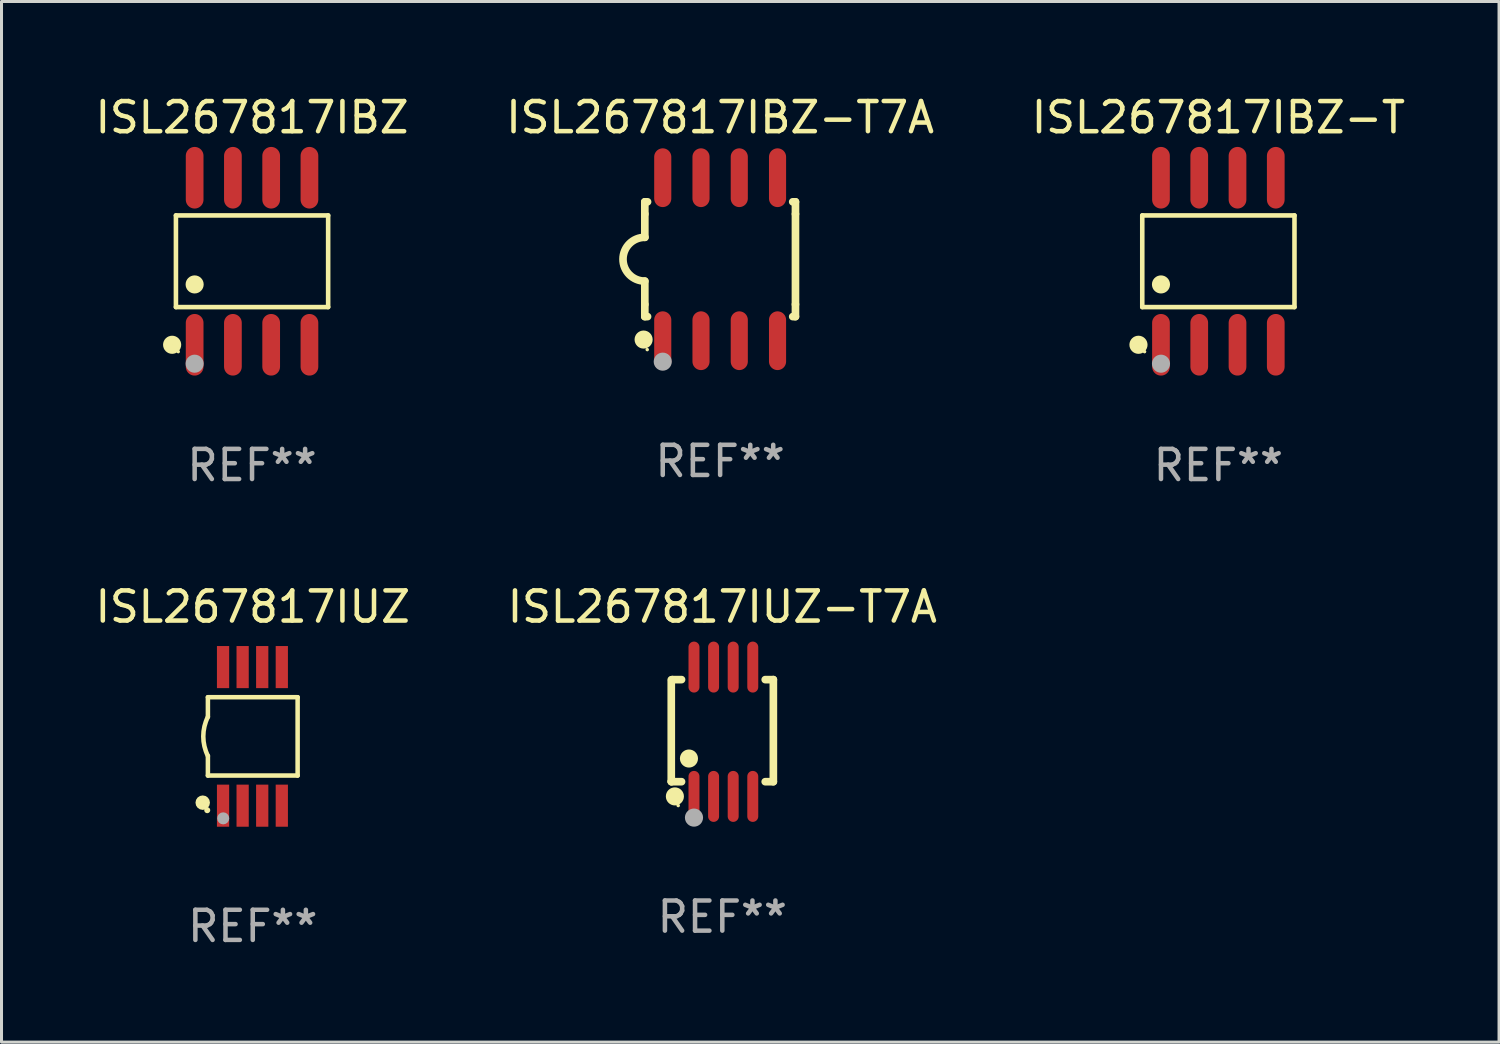
<source format=kicad_pcb>
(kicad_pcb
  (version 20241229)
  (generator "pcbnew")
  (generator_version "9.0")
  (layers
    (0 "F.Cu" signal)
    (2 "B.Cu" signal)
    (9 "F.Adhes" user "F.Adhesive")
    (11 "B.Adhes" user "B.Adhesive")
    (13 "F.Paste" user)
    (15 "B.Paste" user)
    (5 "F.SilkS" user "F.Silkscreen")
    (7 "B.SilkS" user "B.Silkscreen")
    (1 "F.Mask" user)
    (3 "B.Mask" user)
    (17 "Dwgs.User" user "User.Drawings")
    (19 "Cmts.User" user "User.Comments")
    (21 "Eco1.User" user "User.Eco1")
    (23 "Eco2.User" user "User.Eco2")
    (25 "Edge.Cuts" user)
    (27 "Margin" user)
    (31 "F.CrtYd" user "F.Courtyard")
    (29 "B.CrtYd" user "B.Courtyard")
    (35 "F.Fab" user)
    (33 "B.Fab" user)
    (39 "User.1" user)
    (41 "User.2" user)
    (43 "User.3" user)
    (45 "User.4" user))
  (footprint "ISL267817IBZ"
    (layer "F.Cu")
    (at 5.315 5.621)
    (property "Reference" "ISL267817IBZ" (at 0 -4.772 0) (layer "F.SilkS") (effects (font (size 1 1) (thickness 0.15))))
    (attr through_hole)
    (fp_line (start -2.526 -1.521) (end 2.526 -1.521) (stroke (width 0.152) (type solid)) (layer "F.SilkS"))
    (fp_line (start -2.526 1.521) (end -2.526 -1.521) (stroke (width 0.152) (type solid)) (layer "F.SilkS"))
    (fp_line (start 2.526 -1.521) (end 2.526 1.521) (stroke (width 0.152) (type solid)) (layer "F.SilkS"))
    (fp_line (start 2.526 1.521) (end -2.526 1.521) (stroke (width 0.152) (type solid)) (layer "F.SilkS"))
    (fp_circle (center -2.652 2.772) (end -2.501 2.772) (stroke (width 0.3) (type solid)) (fill no) (layer "F.SilkS"))
    (fp_circle (center -2.45 3) (end -2.42 3) (stroke (width 0.06) (type solid)) (fill no) (layer "F.SilkS"))
    (fp_circle (center -1.905 0.769) (end -1.755 0.769) (stroke (width 0.3) (type solid)) (fill no) (layer "F.SilkS"))
    (fp_circle (center -1.905 3.4) (end -1.755 3.4) (stroke (width 0.3) (type solid)) (fill no) (layer "F.Fab"))
    (fp_text user "REF**" (at 0 6.772 0) (layer "F.Fab") (effects (font (size 1 1) (thickness 0.15))))
    (pad "1" smd oval (at -1.905 2.772) (size 0.588 2.045) (layers "F.Cu" "F.Mask" "F.Paste"))
    (pad "2" smd oval (at -0.635 2.772) (size 0.588 2.045) (layers "F.Cu" "F.Mask" "F.Paste"))
    (pad "3" smd oval (at 0.635 2.772) (size 0.588 2.045) (layers "F.Cu" "F.Mask" "F.Paste"))
    (pad "4" smd oval (at 1.905 2.772) (size 0.588 2.045) (layers "F.Cu" "F.Mask" "F.Paste"))
    (pad "5" smd oval (at 1.905 -2.772) (size 0.588 2.045) (layers "F.Cu" "F.Mask" "F.Paste"))
    (pad "6" smd oval (at 0.635 -2.772) (size 0.588 2.045) (layers "F.Cu" "F.Mask" "F.Paste"))
    (pad "7" smd oval (at -0.635 -2.772) (size 0.588 2.045) (layers "F.Cu" "F.Mask" "F.Paste"))
    (pad "8" smd oval (at -1.905 -2.772) (size 0.588 2.045) (layers "F.Cu" "F.Mask" "F.Paste")))
  (footprint "ISL267817IUZ-T7A"
    (layer "F.Cu")
    (at 20.923 21.236)
    (property "Reference" "ISL267817IUZ-T7A" (at 0 -4.146 0) (layer "F.SilkS") (effects (font (size 1 1) (thickness 0.15))))
    (attr through_hole)
    (fp_line (start -1.694 -1.724) (end -1.694 1.652) (stroke (width 0.254) (type solid)) (layer "F.SilkS"))
    (fp_line (start -1.694 1.652) (end -1.688 1.658) (stroke (width 0.254) (type solid)) (layer "F.SilkS"))
    (fp_line (start -1.688 1.658) (end -1.353 1.658) (stroke (width 0.254) (type solid)) (layer "F.SilkS"))
    (fp_line (start -1.661 -1.73) (end -1.681 -1.71) (stroke (width 0.254) (type solid)) (layer "F.SilkS"))
    (fp_line (start -1.353 -1.73) (end -1.661 -1.73) (stroke (width 0.254) (type solid)) (layer "F.SilkS"))
    (fp_line (start 1.424 1.658) (end 1.694 1.658) (stroke (width 0.254) (type solid)) (layer "F.SilkS"))
    (fp_line (start 1.694 -1.73) (end 1.424 -1.73) (stroke (width 0.254) (type solid)) (layer "F.SilkS"))
    (fp_line (start 1.694 1.658) (end 1.694 -1.73) (stroke (width 0.254) (type solid)) (layer "F.SilkS"))
    (fp_circle (center -1.574 2.146) (end -1.424 2.146) (stroke (width 0.3) (type solid)) (fill no) (layer "F.SilkS"))
    (fp_circle (center -1.464 2.45) (end -1.434 2.45) (stroke (width 0.06) (type solid)) (fill no) (layer "F.SilkS"))
    (fp_circle (center -1.107 0.889) (end -0.957 0.889) (stroke (width 0.3) (type solid)) (fill no) (layer "F.SilkS"))
    (fp_circle (center -0.94 2.85) (end -0.789 2.85) (stroke (width 0.3) (type solid)) (fill no) (layer "F.Fab"))
    (fp_text user "REF**" (at 0 6.146 0) (layer "F.Fab") (effects (font (size 1 1) (thickness 0.15))))
    (pad "1" smd oval (at -0.94 2.146) (size 0.364 1.692) (layers "F.Cu" "F.Mask" "F.Paste"))
    (pad "2" smd oval (at -0.289 2.146) (size 0.364 1.692) (layers "F.Cu" "F.Mask" "F.Paste"))
    (pad "3" smd oval (at 0.361 2.146) (size 0.364 1.692) (layers "F.Cu" "F.Mask" "F.Paste"))
    (pad "4" smd oval (at 1.011 2.146) (size 0.364 1.692) (layers "F.Cu" "F.Mask" "F.Paste"))
    (pad "5" smd oval (at 1.011 -2.146) (size 0.364 1.692) (layers "F.Cu" "F.Mask" "F.Paste"))
    (pad "6" smd oval (at 0.361 -2.146) (size 0.364 1.692) (layers "F.Cu" "F.Mask" "F.Paste"))
    (pad "7" smd oval (at -0.289 -2.146) (size 0.364 1.692) (layers "F.Cu" "F.Mask" "F.Paste"))
    (pad "8" smd oval (at -0.94 -2.146) (size 0.364 1.692) (layers "F.Cu" "F.Mask" "F.Paste")))
  (footprint "ISL267817IBZ-T"
    (layer "F.Cu")
    (at 37.387 5.621)
    (property "Reference" "ISL267817IBZ-T" (at 0 -4.772 0) (layer "F.SilkS") (effects (font (size 1 1) (thickness 0.15))))
    (attr through_hole)
    (fp_line (start -2.526 -1.521) (end 2.526 -1.521) (stroke (width 0.152) (type solid)) (layer "F.SilkS"))
    (fp_line (start -2.526 1.521) (end -2.526 -1.521) (stroke (width 0.152) (type solid)) (layer "F.SilkS"))
    (fp_line (start 2.526 -1.521) (end 2.526 1.521) (stroke (width 0.152) (type solid)) (layer "F.SilkS"))
    (fp_line (start 2.526 1.521) (end -2.526 1.521) (stroke (width 0.152) (type solid)) (layer "F.SilkS"))
    (fp_circle (center -2.652 2.772) (end -2.501 2.772) (stroke (width 0.3) (type solid)) (fill no) (layer "F.SilkS"))
    (fp_circle (center -2.45 3) (end -2.42 3) (stroke (width 0.06) (type solid)) (fill no) (layer "F.SilkS"))
    (fp_circle (center -1.905 0.769) (end -1.755 0.769) (stroke (width 0.3) (type solid)) (fill no) (layer "F.SilkS"))
    (fp_circle (center -1.905 3.4) (end -1.755 3.4) (stroke (width 0.3) (type solid)) (fill no) (layer "F.Fab"))
    (fp_text user "REF**" (at 0 6.772 0) (layer "F.Fab") (effects (font (size 1 1) (thickness 0.15))))
    (pad "1" smd oval (at -1.905 2.772) (size 0.588 2.045) (layers "F.Cu" "F.Mask" "F.Paste"))
    (pad "2" smd oval (at -0.635 2.772) (size 0.588 2.045) (layers "F.Cu" "F.Mask" "F.Paste"))
    (pad "3" smd oval (at 0.635 2.772) (size 0.588 2.045) (layers "F.Cu" "F.Mask" "F.Paste"))
    (pad "4" smd oval (at 1.905 2.772) (size 0.588 2.045) (layers "F.Cu" "F.Mask" "F.Paste"))
    (pad "5" smd oval (at 1.905 -2.772) (size 0.588 2.045) (layers "F.Cu" "F.Mask" "F.Paste"))
    (pad "6" smd oval (at 0.635 -2.772) (size 0.588 2.045) (layers "F.Cu" "F.Mask" "F.Paste"))
    (pad "7" smd oval (at -0.635 -2.772) (size 0.588 2.045) (layers "F.Cu" "F.Mask" "F.Paste"))
    (pad "8" smd oval (at -1.905 -2.772) (size 0.588 2.045) (layers "F.Cu" "F.Mask" "F.Paste")))
  (footprint "ISL267817IUZ"
    (layer "F.Cu")
    (at 5.339 21.39)
    (property "Reference" "ISL267817IUZ" (at 0 -4.3 0) (layer "F.SilkS") (effects (font (size 1 1) (thickness 0.15))))
    (attr through_hole)
    (fp_line (start -1.489 -1.3) (end -1.489 -0.648) (stroke (width 0.15) (type solid)) (layer "F.SilkS"))
    (fp_line (start -1.489 0.648) (end -1.489 1.3) (stroke (width 0.15) (type solid)) (layer "F.SilkS"))
    (fp_line (start -1.489 1.3) (end 1.489 1.3) (stroke (width 0.15) (type solid)) (layer "F.SilkS"))
    (fp_line (start 1.489 -1.3) (end -1.489 -1.3) (stroke (width 0.15) (type solid)) (layer "F.SilkS"))
    (fp_line (start 1.489 1.3) (end 1.489 -1.3) (stroke (width 0.15) (type solid)) (layer "F.SilkS"))
    (fp_arc (start -1.489205 0.647702) (mid -1.642107 0) (end -1.489205 -0.647701) (stroke (width 0.150013) (type solid)) (layer "F.SilkS"))
    (fp_circle (center -1.661 2.2) (end -1.541 2.2) (stroke (width 0.24) (type solid)) (fill no) (layer "F.SilkS"))
    (fp_circle (center -1.511 2.45) (end -1.461 2.45) (stroke (width 0.1) (type solid)) (fill no) (layer "F.SilkS"))
    (fp_circle (center -0.981 2.72) (end -0.881 2.72) (stroke (width 0.2) (type solid)) (fill no) (layer "F.Fab"))
    (fp_text user "REF**" (at 0 6.3 0) (layer "F.Fab") (effects (font (size 1 1) (thickness 0.15))))
    (pad "1" smd rect (at -0.986 2.3) (size 0.406 1.397) (layers "F.Cu" "F.Mask" "F.Paste"))
    (pad "2" smd rect (at -0.336 2.3) (size 0.406 1.397) (layers "F.Cu" "F.Mask" "F.Paste"))
    (pad "3" smd rect (at 0.314 2.3) (size 0.406 1.397) (layers "F.Cu" "F.Mask" "F.Paste"))
    (pad "4" smd rect (at 0.964 2.3) (size 0.406 1.397) (layers "F.Cu" "F.Mask" "F.Paste"))
    (pad "5" smd rect (at 0.964 -2.3) (size 0.406 1.397) (layers "F.Cu" "F.Mask" "F.Paste"))
    (pad "6" smd rect (at 0.314 -2.3) (size 0.406 1.397) (layers "F.Cu" "F.Mask" "F.Paste"))
    (pad "7" smd rect (at -0.336 -2.3) (size 0.406 1.397) (layers "F.Cu" "F.Mask" "F.Paste"))
    (pad "8" smd rect (at -0.986 -2.3) (size 0.406 1.397) (layers "F.Cu" "F.Mask" "F.Paste")))
  (footprint "ISL267817IBZ-T7A"
    (layer "F.Cu")
    (at 20.851 5.553)
    (property "Reference" "ISL267817IBZ-T7A" (at 0 -4.705 0) (layer "F.SilkS") (effects (font (size 1 1) (thickness 0.15))))
    (attr through_hole)
    (fp_line (start -2.5 -1.905) (end -2.409 -1.905) (stroke (width 0.254) (type solid)) (layer "F.SilkS"))
    (fp_line (start -2.5 -1.5) (end -2.5 -1.905) (stroke (width 0.254) (type solid)) (layer "F.SilkS"))
    (fp_line (start -2.5 -1.5) (end -2.5 -0.726) (stroke (width 0.254) (type solid)) (layer "F.SilkS"))
    (fp_line (start -2.5 1.5) (end -2.5 0.727) (stroke (width 0.254) (type solid)) (layer "F.SilkS"))
    (fp_line (start -2.5 1.5) (end -2.5 1.905) (stroke (width 0.254) (type solid)) (layer "F.SilkS"))
    (fp_line (start -2.5 1.905) (end -2.409 1.905) (stroke (width 0.254) (type solid)) (layer "F.SilkS"))
    (fp_line (start 2.5 -1.905) (end 2.409 -1.905) (stroke (width 0.254) (type solid)) (layer "F.SilkS"))
    (fp_line (start 2.5 -1.5) (end 2.5 -1.905) (stroke (width 0.254) (type solid)) (layer "F.SilkS"))
    (fp_line (start 2.5 -1.5) (end 2.5 1.5) (stroke (width 0.254) (type solid)) (layer "F.SilkS"))
    (fp_line (start 2.5 1.5) (end 2.5 1.905) (stroke (width 0.254) (type solid)) (layer "F.SilkS"))
    (fp_line (start 2.5 1.905) (end 2.409 1.905) (stroke (width 0.254) (type solid)) (layer "F.SilkS"))
    (fp_arc (start -2.5 0.726568) (mid -3.220316 -0.0023) (end -2.495097 -0.726289) (stroke (width 0.254001) (type solid)) (layer "F.SilkS"))
    (fp_circle (center -2.54 2.667) (end -2.39 2.667) (stroke (width 0.3) (type solid)) (fill no) (layer "F.SilkS"))
    (fp_circle (center -2.42 3) (end -2.39 3) (stroke (width 0.06) (type solid)) (fill no) (layer "F.SilkS"))
    (fp_circle (center -1.905 3.4) (end -1.755 3.4) (stroke (width 0.3) (type solid)) (fill no) (layer "F.Fab"))
    (fp_text user "REF**" (at 0 6.705 0) (layer "F.Fab") (effects (font (size 1 1) (thickness 0.15))))
    (pad "1" smd oval (at -1.905 2.705) (size 0.568 1.95) (layers "F.Cu" "F.Mask" "F.Paste"))
    (pad "2" smd oval (at -0.635 2.705) (size 0.568 1.95) (layers "F.Cu" "F.Mask" "F.Paste"))
    (pad "3" smd oval (at 0.635 2.705) (size 0.568 1.95) (layers "F.Cu" "F.Mask" "F.Paste"))
    (pad "4" smd oval (at 1.905 2.705) (size 0.568 1.95) (layers "F.Cu" "F.Mask" "F.Paste"))
    (pad "5" smd oval (at 1.905 -2.705) (size 0.568 1.95) (layers "F.Cu" "F.Mask" "F.Paste"))
    (pad "6" smd oval (at 0.635 -2.705) (size 0.568 1.95) (layers "F.Cu" "F.Mask" "F.Paste"))
    (pad "7" smd oval (at -0.635 -2.705) (size 0.568 1.95) (layers "F.Cu" "F.Mask" "F.Paste"))
    (pad "8" smd oval (at -1.905 -2.705) (size 0.568 1.95) (layers "F.Cu" "F.Mask" "F.Paste")))
  (gr_rect
    (start -3 -3)
    (end 46.702 31.538)
    (stroke (width 0.1) (type default))
    (fill no)
    (layer "Edge.Cuts")))
</source>
